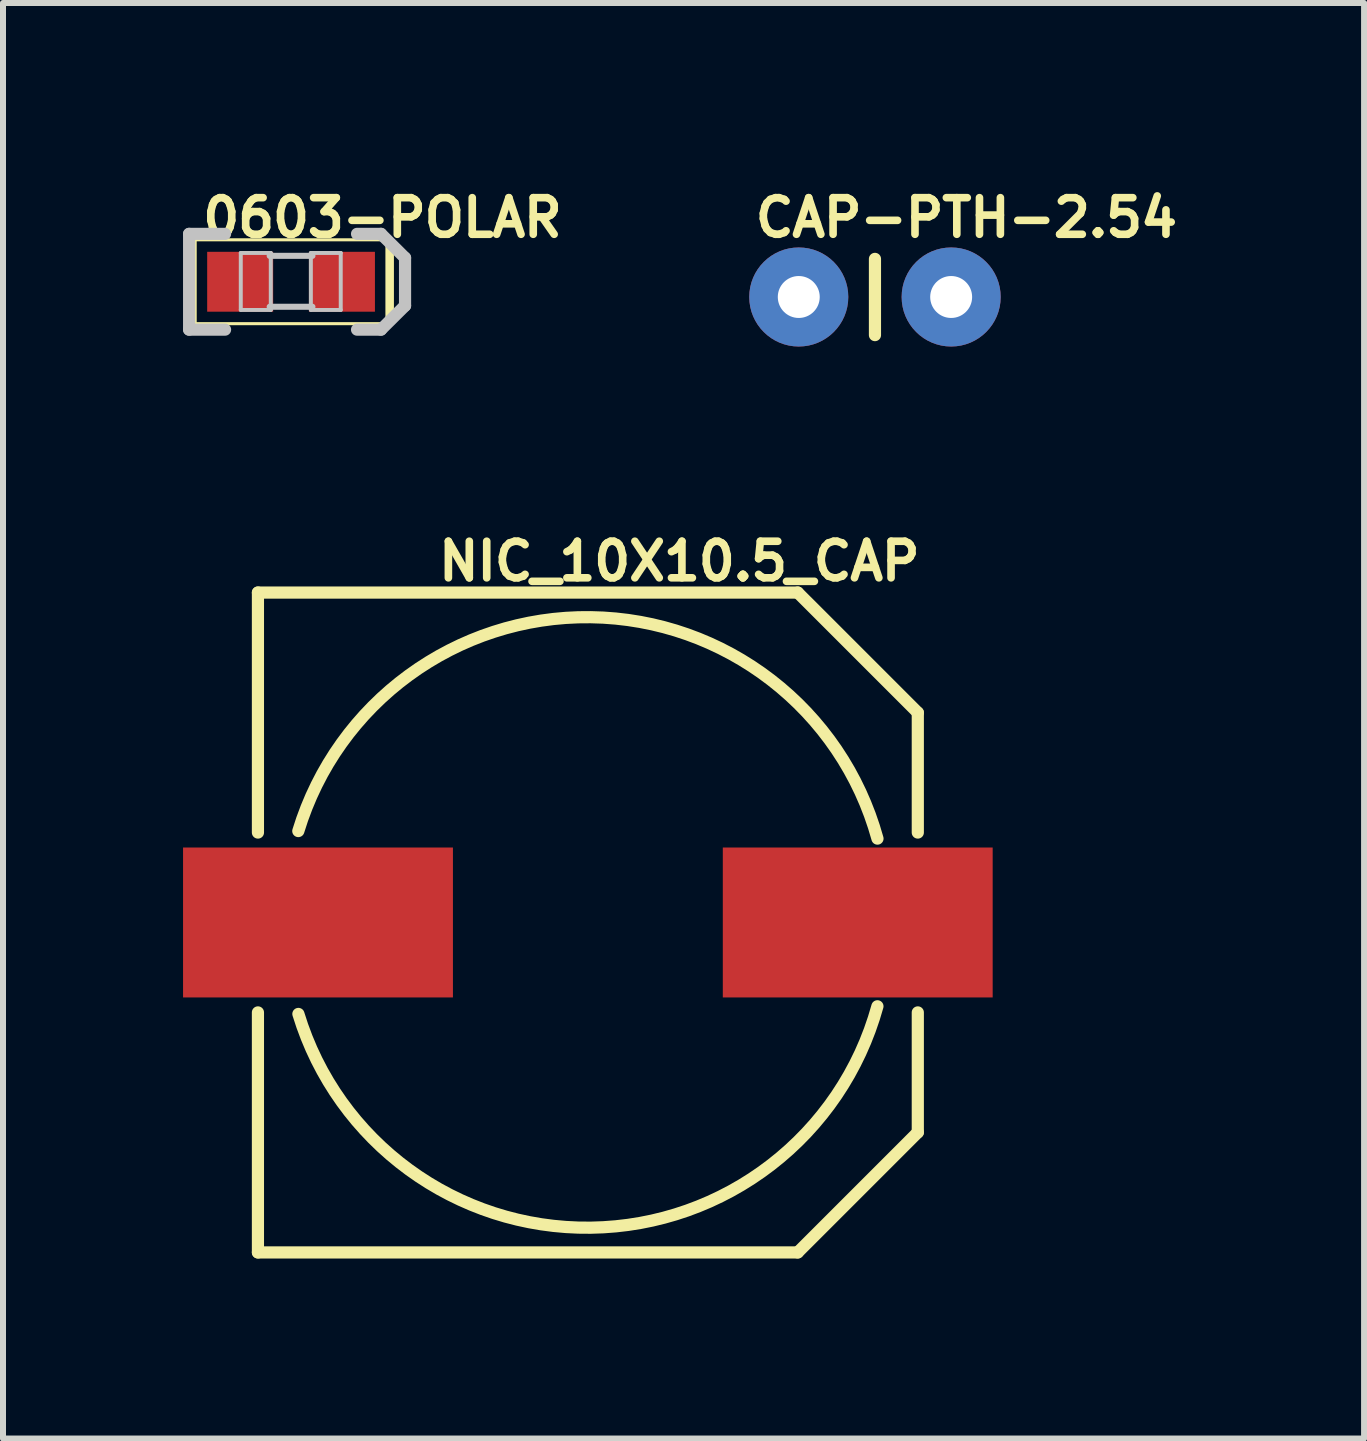
<source format=kicad_pcb>
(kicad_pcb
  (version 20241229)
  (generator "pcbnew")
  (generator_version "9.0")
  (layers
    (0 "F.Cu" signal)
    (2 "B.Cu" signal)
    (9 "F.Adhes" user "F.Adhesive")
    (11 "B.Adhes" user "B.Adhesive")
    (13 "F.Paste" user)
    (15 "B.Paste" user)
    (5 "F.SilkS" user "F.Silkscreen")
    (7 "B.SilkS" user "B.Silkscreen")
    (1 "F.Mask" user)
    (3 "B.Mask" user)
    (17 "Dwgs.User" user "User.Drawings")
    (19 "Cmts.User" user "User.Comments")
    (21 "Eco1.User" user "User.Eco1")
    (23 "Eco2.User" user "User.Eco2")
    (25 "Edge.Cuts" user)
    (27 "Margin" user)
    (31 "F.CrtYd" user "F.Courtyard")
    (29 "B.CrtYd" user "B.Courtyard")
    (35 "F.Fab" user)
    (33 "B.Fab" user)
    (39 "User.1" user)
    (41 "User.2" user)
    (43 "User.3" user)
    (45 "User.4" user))
  (footprint "CAP-PTH-2.54"
    (layer "F.Cu")
    (at 11.533 1.9)
    (property "Reference" "CAP-PTH-2.54" (at 1.524 -1.321 0) (layer "F.SilkS") (effects (font (size 0.61 0.61) (thickness 0.127))))
    (attr exclude_from_pos_files exclude_from_bom)
    (fp_line (start 0 -0.635) (end 0 0.635) (stroke (width 0.203) (type solid)) (layer "F.SilkS"))
    (pad "1" thru_hole circle (at -1.27 0) (size 1.651 1.651) (drill 0.699) (layers "*.Cu" "*.Paste" "*.Mask"))
    (pad "2" thru_hole circle (at 1.27 0) (size 1.651 1.651) (drill 0.699) (layers "*.Cu" "*.Paste" "*.Mask")))
  (footprint "NIC_10X10.5_CAP"
    (layer "F.Cu")
    (at 6.748 12.325)
    (property "Reference" "NIC_10X10.5_CAP" (at 1.524 -6.02 0) (layer "F.SilkS") (effects (font (size 0.61 0.61) (thickness 0.127))))
    (attr smd)
    (fp_line (start -5.499 -5.499) (end 3.498 -5.499) (stroke (width 0.203) (type solid)) (layer "F.SilkS"))
    (fp_line (start -5.499 -1.499) (end -5.499 -5.499) (stroke (width 0.203) (type solid)) (layer "F.SilkS"))
    (fp_line (start -5.499 5.499) (end -5.499 1.499) (stroke (width 0.203) (type solid)) (layer "F.SilkS"))
    (fp_line (start -5.499 5.499) (end 3.498 5.499) (stroke (width 0.203) (type solid)) (layer "F.SilkS"))
    (fp_line (start 3.498 -5.499) (end 5.499 -3.498) (stroke (width 0.203) (type solid)) (layer "F.SilkS"))
    (fp_line (start 5.499 -3.498) (end 5.499 -1.499) (stroke (width 0.203) (type solid)) (layer "F.SilkS"))
    (fp_line (start 5.499 3.498) (end 3.498 5.499) (stroke (width 0.203) (type solid)) (layer "F.SilkS"))
    (fp_line (start 5.499 3.498) (end 5.499 1.499) (stroke (width 0.203) (type solid)) (layer "F.SilkS"))
    (fp_arc (start -4.826 -1.524) (mid 0.047663 -5.088215) (end 4.826846 -1.398279) (stroke (width 0.2032) (type solid)) (layer "F.SilkS"))
    (fp_arc (start 4.826 1.397) (mid 0.048656 5.087046) (end -4.824601 1.524629) (stroke (width 0.2032) (type solid)) (layer "F.SilkS"))
    (pad "+" smd rect (at 4.498 0) (size 4.498 2.499) (layers "F.Cu" "F.Mask" "F.Paste"))
    (pad "-" smd rect (at -4.498 0) (size 4.498 2.499) (layers "F.Cu" "F.Mask" "F.Paste")))
  (footprint "0603-POLAR"
    (layer "F.Cu")
    (at 1.801 1.646)
    (property "Reference" "0603-POLAR" (at 1.524 -1.067 0) (layer "F.SilkS") (effects (font (size 0.61 0.61) (thickness 0.127))))
    (attr smd)
    (fp_line (start -1.598 -0.699) (end 1.598 -0.699) (stroke (width 0.051) (type solid)) (layer "F.SilkS"))
    (fp_line (start -1.598 0.699) (end -1.598 -0.699) (stroke (width 0.051) (type solid)) (layer "F.SilkS"))
    (fp_line (start 1.598 -0.699) (end 1.598 0.699) (stroke (width 0.051) (type solid)) (layer "F.SilkS"))
    (fp_line (start 1.598 0.699) (end -1.598 0.699) (stroke (width 0.051) (type solid)) (layer "F.SilkS"))
    (fp_line (start 1.651 -0.508) (end 1.651 0.508) (stroke (width 0.127) (type solid)) (layer "F.SilkS"))
    (fp_line (start -1.699 -0.798) (end -1.1 -0.798) (stroke (width 0.203) (type solid)) (layer "Dwgs.User"))
    (fp_line (start -1.699 0.798) (end -1.699 -0.798) (stroke (width 0.203) (type solid)) (layer "Dwgs.User"))
    (fp_line (start -1.1 0.798) (end -1.699 0.798) (stroke (width 0.203) (type solid)) (layer "Dwgs.User"))
    (fp_line (start -0.838 -0.48) (end -0.338 -0.48) (stroke (width 0.066) (type solid)) (layer "Dwgs.User"))
    (fp_line (start -0.838 0.47) (end -0.838 -0.48) (stroke (width 0.066) (type solid)) (layer "Dwgs.User"))
    (fp_line (start -0.838 0.47) (end -0.338 0.47) (stroke (width 0.066) (type solid)) (layer "Dwgs.User"))
    (fp_line (start -0.356 -0.432) (end 0.356 -0.432) (stroke (width 0.102) (type solid)) (layer "Dwgs.User"))
    (fp_line (start -0.356 0.417) (end 0.356 0.417) (stroke (width 0.102) (type solid)) (layer "Dwgs.User"))
    (fp_line (start -0.338 0.47) (end -0.338 -0.48) (stroke (width 0.066) (type solid)) (layer "Dwgs.User"))
    (fp_line (start 0.33 -0.48) (end 0.828 -0.48) (stroke (width 0.066) (type solid)) (layer "Dwgs.User"))
    (fp_line (start 0.33 0.47) (end 0.33 -0.48) (stroke (width 0.066) (type solid)) (layer "Dwgs.User"))
    (fp_line (start 0.33 0.47) (end 0.828 0.47) (stroke (width 0.066) (type solid)) (layer "Dwgs.User"))
    (fp_line (start 0.828 0.47) (end 0.828 -0.48) (stroke (width 0.066) (type solid)) (layer "Dwgs.User"))
    (fp_line (start 1.1 0.798) (end 1.499 0.798) (stroke (width 0.203) (type solid)) (layer "Dwgs.User"))
    (fp_line (start 1.499 -0.798) (end 1.1 -0.798) (stroke (width 0.203) (type solid)) (layer "Dwgs.User"))
    (fp_line (start 1.499 0.798) (end 1.9 0.399) (stroke (width 0.203) (type solid)) (layer "Dwgs.User"))
    (fp_line (start 1.9 -0.399) (end 1.499 -0.798) (stroke (width 0.203) (type solid)) (layer "Dwgs.User"))
    (fp_line (start 1.9 0.399) (end 1.9 -0.399) (stroke (width 0.203) (type solid)) (layer "Dwgs.User"))
    (pad "+" smd rect (at 0.848 0) (size 1.1 0.998) (layers "F.Cu" "F.Mask" "F.Paste"))
    (pad "-" smd rect (at -0.848 0) (size 1.1 0.998) (layers "F.Cu" "F.Mask" "F.Paste")))
  (gr_rect
    (start -3 -3)
    (end 19.685 20.926)
    (stroke (width 0.1) (type default))
    (fill no)
    (layer "Edge.Cuts")))
</source>
